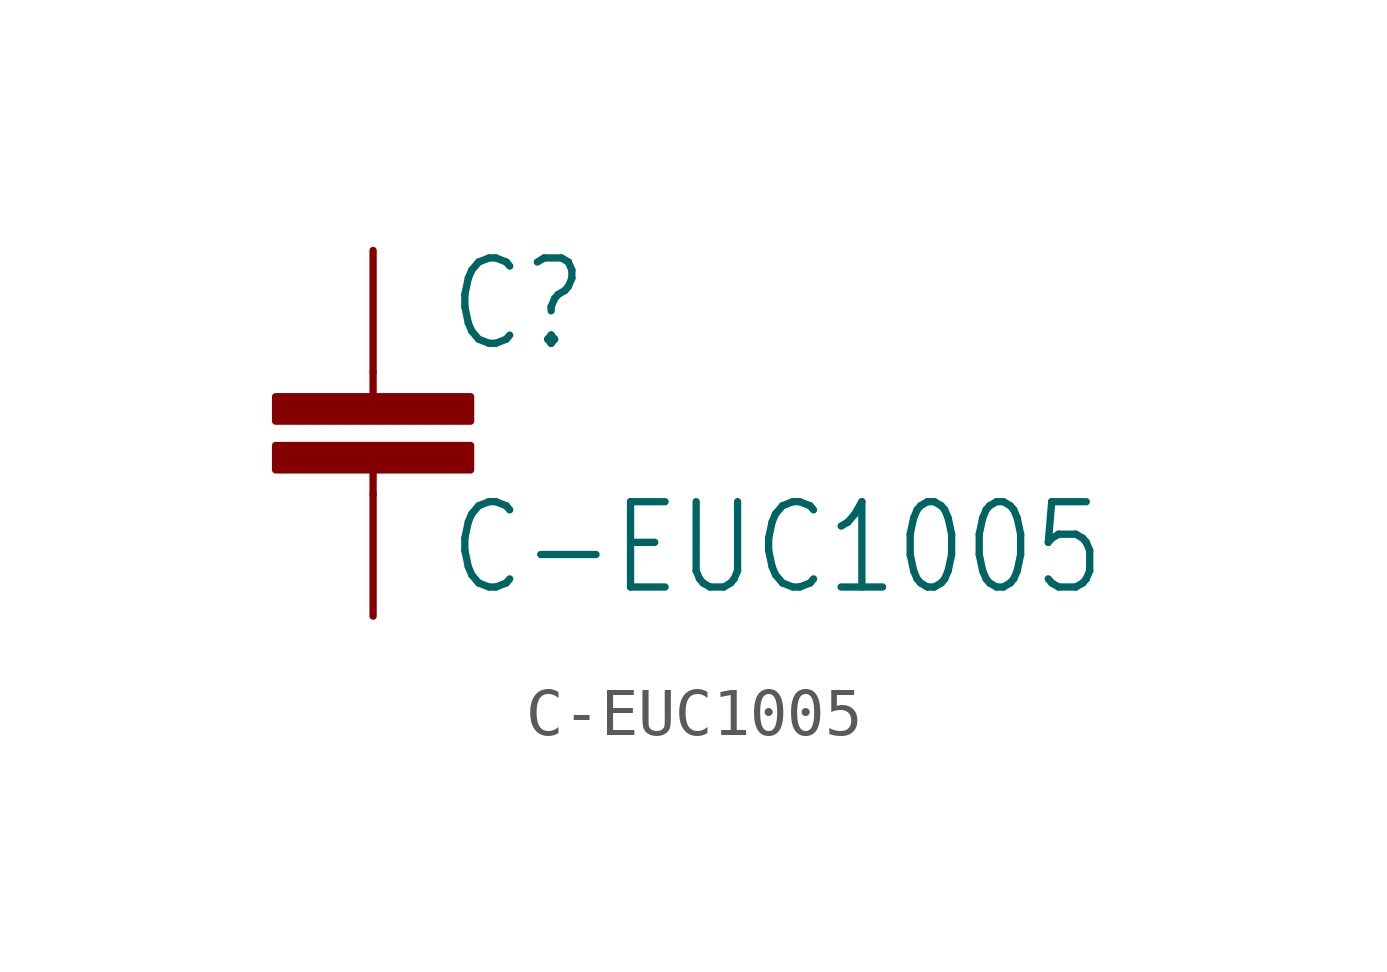
<source format=kicad_sym>
(kicad_symbol_lib
  (version 20210619)
  (generator kicad_symbol_editor)
  (symbol "C-EUC1005"
    (property "Reference" "C"
      (at 1.524 0.381 0)
      (effects (font (size 1.778 1.511)) (justify left bottom)))
    (property "Value" "C-EUC1005"
      (at 1.524 -4.699 0)
      (effects (font (size 1.778 1.511)) (justify left bottom)))
    (property "ki_locked" ""
      (at 0 0 0)
      (effects (font (size 1.27 1.27))))
    (symbol "C-EUC1005_1_0"
      (rectangle (start -2.032 -2.032) (end 2.032 -1.524) (stroke (width 0)) (fill (type outline)))
      (rectangle (start -2.032 -1.016) (end 2.032 -0.508) (stroke (width 0)) (fill (type outline)))
      (polyline (pts (xy 0 -2.54) (xy 0 -2.032)) (stroke (width 0.152)) (fill (type none)))
      (polyline (pts (xy 0 0) (xy 0 -0.508)) (stroke (width 0.152)) (fill (type none)))
      (pin passive line (at 0 2.54 270) (length 2.54) (name "1" (effects (font (size 0 0)))) (number "1" (effects (font (size 0 0)))))
      (pin passive line (at 0 -5.08 90) (length 2.54) (name "2" (effects (font (size 0 0)))) (number "2" (effects (font (size 0 0))))))))
</source>
